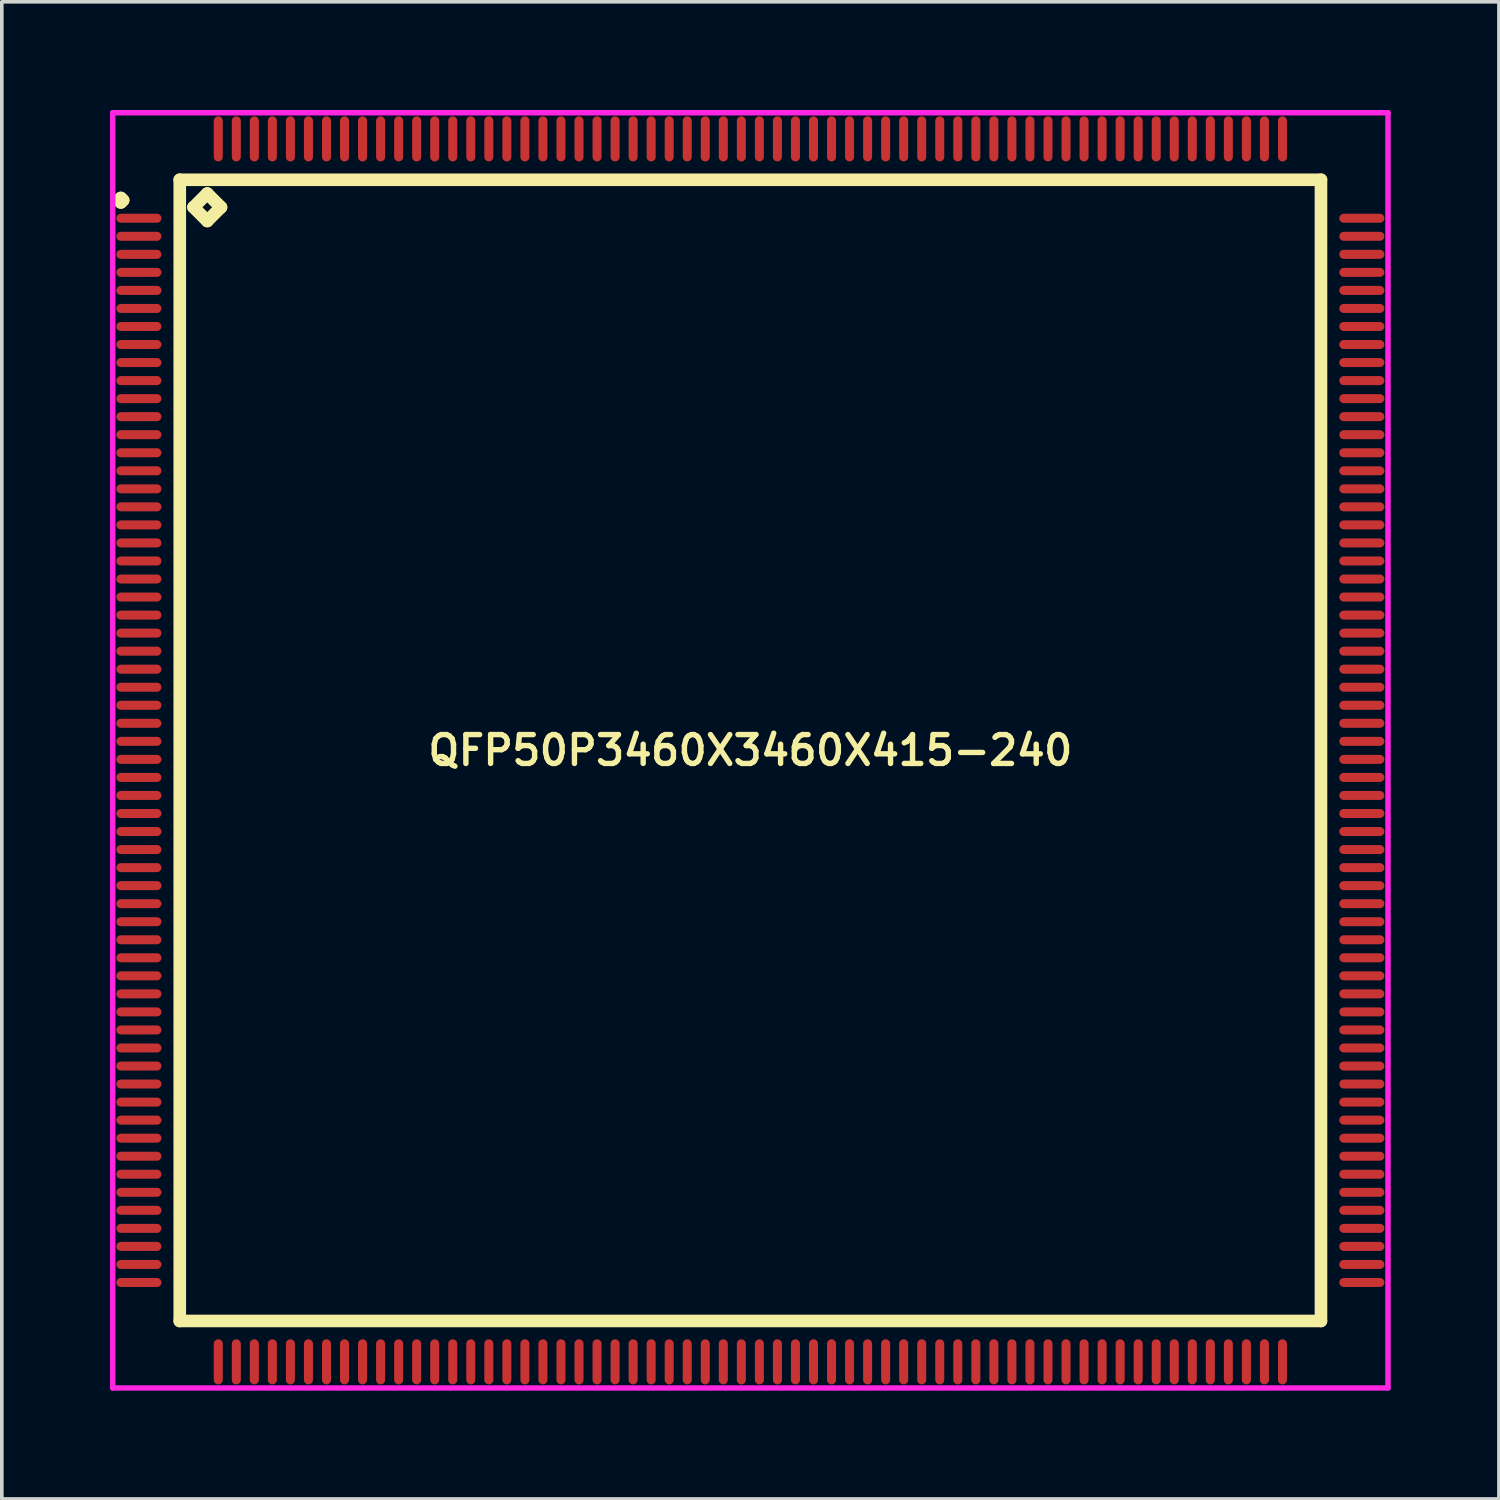
<source format=kicad_pcb>
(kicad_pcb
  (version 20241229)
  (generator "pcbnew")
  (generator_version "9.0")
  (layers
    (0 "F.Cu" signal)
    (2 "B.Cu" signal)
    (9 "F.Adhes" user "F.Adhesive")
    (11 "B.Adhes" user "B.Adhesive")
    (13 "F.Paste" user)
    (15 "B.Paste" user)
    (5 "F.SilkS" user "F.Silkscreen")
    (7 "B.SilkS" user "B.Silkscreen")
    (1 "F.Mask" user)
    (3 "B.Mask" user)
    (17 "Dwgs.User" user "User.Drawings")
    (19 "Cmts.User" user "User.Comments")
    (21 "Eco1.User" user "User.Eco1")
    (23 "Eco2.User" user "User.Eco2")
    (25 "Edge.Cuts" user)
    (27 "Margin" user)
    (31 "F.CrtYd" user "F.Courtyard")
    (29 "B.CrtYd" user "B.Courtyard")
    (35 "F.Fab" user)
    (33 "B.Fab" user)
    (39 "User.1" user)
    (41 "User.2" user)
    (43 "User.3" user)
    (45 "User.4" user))
  (footprint "QFP50P3460X3460X415-240"
    (layer "F.Cu")
    (at 17.75 17.75)
    (property "Reference" "QFP50P3460X3460X415-240" (at 0 0 0) (layer "F.SilkS") (effects (font (size 0.8 0.8) (thickness 0.15))))
    (attr through_hole)
    (fp_line (start -17.512 -15.25) (end -17.45 -15.312) (stroke (width 0.35) (type solid)) (layer "F.SilkS"))
    (fp_line (start -17.45 -15.312) (end -17.387 -15.25) (stroke (width 0.35) (type solid)) (layer "F.SilkS"))
    (fp_line (start -17.45 -15.188) (end -17.512 -15.25) (stroke (width 0.35) (type solid)) (layer "F.SilkS"))
    (fp_line (start -17.387 -15.25) (end -17.45 -15.188) (stroke (width 0.35) (type solid)) (layer "F.SilkS"))
    (fp_line (start -15.817 -15.817) (end -15.817 15.817) (stroke (width 0.35) (type solid)) (layer "F.SilkS"))
    (fp_line (start -15.817 15.817) (end 15.817 15.817) (stroke (width 0.35) (type solid)) (layer "F.SilkS"))
    (fp_line (start -15.436 -15.055) (end -15.055 -15.436) (stroke (width 0.35) (type solid)) (layer "F.SilkS"))
    (fp_line (start -15.055 -15.436) (end -14.674 -15.055) (stroke (width 0.35) (type solid)) (layer "F.SilkS"))
    (fp_line (start -15.055 -14.674) (end -15.436 -15.055) (stroke (width 0.35) (type solid)) (layer "F.SilkS"))
    (fp_line (start -14.674 -15.055) (end -15.055 -14.674) (stroke (width 0.35) (type solid)) (layer "F.SilkS"))
    (fp_line (start 15.817 -15.817) (end -15.817 -15.817) (stroke (width 0.35) (type solid)) (layer "F.SilkS"))
    (fp_line (start 15.817 15.817) (end 15.817 -15.817) (stroke (width 0.35) (type solid)) (layer "F.SilkS"))
    (fp_line (start -17.675 -17.675) (end 17.675 -17.675) (stroke (width 0.15) (type solid)) (layer "F.CrtYd"))
    (fp_line (start -17.675 17.675) (end -17.675 -17.675) (stroke (width 0.15) (type solid)) (layer "F.CrtYd"))
    (fp_line (start 17.675 -17.675) (end 17.675 17.675) (stroke (width 0.15) (type solid)) (layer "F.CrtYd"))
    (fp_line (start 17.675 17.675) (end -17.675 17.675) (stroke (width 0.15) (type solid)) (layer "F.CrtYd"))
    (pad "1" smd oval (at -16.95 -14.75) (size 1.25 0.25) (layers "F.Cu" "F.Mask" "F.Paste"))
    (pad "2" smd oval (at -16.95 -14.25) (size 1.25 0.25) (layers "F.Cu" "F.Mask" "F.Paste"))
    (pad "3" smd oval (at -16.95 -13.75) (size 1.25 0.25) (layers "F.Cu" "F.Mask" "F.Paste"))
    (pad "4" smd oval (at -16.95 -13.25) (size 1.25 0.25) (layers "F.Cu" "F.Mask" "F.Paste"))
    (pad "5" smd oval (at -16.95 -12.75) (size 1.25 0.25) (layers "F.Cu" "F.Mask" "F.Paste"))
    (pad "6" smd oval (at -16.95 -12.25) (size 1.25 0.25) (layers "F.Cu" "F.Mask" "F.Paste"))
    (pad "7" smd oval (at -16.95 -11.75) (size 1.25 0.25) (layers "F.Cu" "F.Mask" "F.Paste"))
    (pad "8" smd oval (at -16.95 -11.25) (size 1.25 0.25) (layers "F.Cu" "F.Mask" "F.Paste"))
    (pad "9" smd oval (at -16.95 -10.75) (size 1.25 0.25) (layers "F.Cu" "F.Mask" "F.Paste"))
    (pad "10" smd oval (at -16.95 -10.25) (size 1.25 0.25) (layers "F.Cu" "F.Mask" "F.Paste"))
    (pad "11" smd oval (at -16.95 -9.75) (size 1.25 0.25) (layers "F.Cu" "F.Mask" "F.Paste"))
    (pad "12" smd oval (at -16.95 -9.25) (size 1.25 0.25) (layers "F.Cu" "F.Mask" "F.Paste"))
    (pad "13" smd oval (at -16.95 -8.75) (size 1.25 0.25) (layers "F.Cu" "F.Mask" "F.Paste"))
    (pad "14" smd oval (at -16.95 -8.25) (size 1.25 0.25) (layers "F.Cu" "F.Mask" "F.Paste"))
    (pad "15" smd oval (at -16.95 -7.75) (size 1.25 0.25) (layers "F.Cu" "F.Mask" "F.Paste"))
    (pad "16" smd oval (at -16.95 -7.25) (size 1.25 0.25) (layers "F.Cu" "F.Mask" "F.Paste"))
    (pad "17" smd oval (at -16.95 -6.75) (size 1.25 0.25) (layers "F.Cu" "F.Mask" "F.Paste"))
    (pad "18" smd oval (at -16.95 -6.25) (size 1.25 0.25) (layers "F.Cu" "F.Mask" "F.Paste"))
    (pad "19" smd oval (at -16.95 -5.75) (size 1.25 0.25) (layers "F.Cu" "F.Mask" "F.Paste"))
    (pad "20" smd oval (at -16.95 -5.25) (size 1.25 0.25) (layers "F.Cu" "F.Mask" "F.Paste"))
    (pad "21" smd oval (at -16.95 -4.75) (size 1.25 0.25) (layers "F.Cu" "F.Mask" "F.Paste"))
    (pad "22" smd oval (at -16.95 -4.25) (size 1.25 0.25) (layers "F.Cu" "F.Mask" "F.Paste"))
    (pad "23" smd oval (at -16.95 -3.75) (size 1.25 0.25) (layers "F.Cu" "F.Mask" "F.Paste"))
    (pad "24" smd oval (at -16.95 -3.25) (size 1.25 0.25) (layers "F.Cu" "F.Mask" "F.Paste"))
    (pad "25" smd oval (at -16.95 -2.75) (size 1.25 0.25) (layers "F.Cu" "F.Mask" "F.Paste"))
    (pad "26" smd oval (at -16.95 -2.25) (size 1.25 0.25) (layers "F.Cu" "F.Mask" "F.Paste"))
    (pad "27" smd oval (at -16.95 -1.75) (size 1.25 0.25) (layers "F.Cu" "F.Mask" "F.Paste"))
    (pad "28" smd oval (at -16.95 -1.25) (size 1.25 0.25) (layers "F.Cu" "F.Mask" "F.Paste"))
    (pad "29" smd oval (at -16.95 -0.75) (size 1.25 0.25) (layers "F.Cu" "F.Mask" "F.Paste"))
    (pad "30" smd oval (at -16.95 -0.25) (size 1.25 0.25) (layers "F.Cu" "F.Mask" "F.Paste"))
    (pad "31" smd oval (at -16.95 0.25) (size 1.25 0.25) (layers "F.Cu" "F.Mask" "F.Paste"))
    (pad "32" smd oval (at -16.95 0.75) (size 1.25 0.25) (layers "F.Cu" "F.Mask" "F.Paste"))
    (pad "33" smd oval (at -16.95 1.25) (size 1.25 0.25) (layers "F.Cu" "F.Mask" "F.Paste"))
    (pad "34" smd oval (at -16.95 1.75) (size 1.25 0.25) (layers "F.Cu" "F.Mask" "F.Paste"))
    (pad "35" smd oval (at -16.95 2.25) (size 1.25 0.25) (layers "F.Cu" "F.Mask" "F.Paste"))
    (pad "36" smd oval (at -16.95 2.75) (size 1.25 0.25) (layers "F.Cu" "F.Mask" "F.Paste"))
    (pad "37" smd oval (at -16.95 3.25) (size 1.25 0.25) (layers "F.Cu" "F.Mask" "F.Paste"))
    (pad "38" smd oval (at -16.95 3.75) (size 1.25 0.25) (layers "F.Cu" "F.Mask" "F.Paste"))
    (pad "39" smd oval (at -16.95 4.25) (size 1.25 0.25) (layers "F.Cu" "F.Mask" "F.Paste"))
    (pad "40" smd oval (at -16.95 4.75) (size 1.25 0.25) (layers "F.Cu" "F.Mask" "F.Paste"))
    (pad "41" smd oval (at -16.95 5.25) (size 1.25 0.25) (layers "F.Cu" "F.Mask" "F.Paste"))
    (pad "42" smd oval (at -16.95 5.75) (size 1.25 0.25) (layers "F.Cu" "F.Mask" "F.Paste"))
    (pad "43" smd oval (at -16.95 6.25) (size 1.25 0.25) (layers "F.Cu" "F.Mask" "F.Paste"))
    (pad "44" smd oval (at -16.95 6.75) (size 1.25 0.25) (layers "F.Cu" "F.Mask" "F.Paste"))
    (pad "45" smd oval (at -16.95 7.25) (size 1.25 0.25) (layers "F.Cu" "F.Mask" "F.Paste"))
    (pad "46" smd oval (at -16.95 7.75) (size 1.25 0.25) (layers "F.Cu" "F.Mask" "F.Paste"))
    (pad "47" smd oval (at -16.95 8.25) (size 1.25 0.25) (layers "F.Cu" "F.Mask" "F.Paste"))
    (pad "48" smd oval (at -16.95 8.75) (size 1.25 0.25) (layers "F.Cu" "F.Mask" "F.Paste"))
    (pad "49" smd oval (at -16.95 9.25) (size 1.25 0.25) (layers "F.Cu" "F.Mask" "F.Paste"))
    (pad "50" smd oval (at -16.95 9.75) (size 1.25 0.25) (layers "F.Cu" "F.Mask" "F.Paste"))
    (pad "51" smd oval (at -16.95 10.25) (size 1.25 0.25) (layers "F.Cu" "F.Mask" "F.Paste"))
    (pad "52" smd oval (at -16.95 10.75) (size 1.25 0.25) (layers "F.Cu" "F.Mask" "F.Paste"))
    (pad "53" smd oval (at -16.95 11.25) (size 1.25 0.25) (layers "F.Cu" "F.Mask" "F.Paste"))
    (pad "54" smd oval (at -16.95 11.75) (size 1.25 0.25) (layers "F.Cu" "F.Mask" "F.Paste"))
    (pad "55" smd oval (at -16.95 12.25) (size 1.25 0.25) (layers "F.Cu" "F.Mask" "F.Paste"))
    (pad "56" smd oval (at -16.95 12.75) (size 1.25 0.25) (layers "F.Cu" "F.Mask" "F.Paste"))
    (pad "57" smd oval (at -16.95 13.25) (size 1.25 0.25) (layers "F.Cu" "F.Mask" "F.Paste"))
    (pad "58" smd oval (at -16.95 13.75) (size 1.25 0.25) (layers "F.Cu" "F.Mask" "F.Paste"))
    (pad "59" smd oval (at -16.95 14.25) (size 1.25 0.25) (layers "F.Cu" "F.Mask" "F.Paste"))
    (pad "60" smd oval (at -16.95 14.75) (size 1.25 0.25) (layers "F.Cu" "F.Mask" "F.Paste"))
    (pad "61" smd oval (at -14.75 16.95) (size 0.25 1.25) (layers "F.Cu" "F.Mask" "F.Paste"))
    (pad "62" smd oval (at -14.25 16.95) (size 0.25 1.25) (layers "F.Cu" "F.Mask" "F.Paste"))
    (pad "63" smd oval (at -13.75 16.95) (size 0.25 1.25) (layers "F.Cu" "F.Mask" "F.Paste"))
    (pad "64" smd oval (at -13.25 16.95) (size 0.25 1.25) (layers "F.Cu" "F.Mask" "F.Paste"))
    (pad "65" smd oval (at -12.75 16.95) (size 0.25 1.25) (layers "F.Cu" "F.Mask" "F.Paste"))
    (pad "66" smd oval (at -12.25 16.95) (size 0.25 1.25) (layers "F.Cu" "F.Mask" "F.Paste"))
    (pad "67" smd oval (at -11.75 16.95) (size 0.25 1.25) (layers "F.Cu" "F.Mask" "F.Paste"))
    (pad "68" smd oval (at -11.25 16.95) (size 0.25 1.25) (layers "F.Cu" "F.Mask" "F.Paste"))
    (pad "69" smd oval (at -10.75 16.95) (size 0.25 1.25) (layers "F.Cu" "F.Mask" "F.Paste"))
    (pad "70" smd oval (at -10.25 16.95) (size 0.25 1.25) (layers "F.Cu" "F.Mask" "F.Paste"))
    (pad "71" smd oval (at -9.75 16.95) (size 0.25 1.25) (layers "F.Cu" "F.Mask" "F.Paste"))
    (pad "72" smd oval (at -9.25 16.95) (size 0.25 1.25) (layers "F.Cu" "F.Mask" "F.Paste"))
    (pad "73" smd oval (at -8.75 16.95) (size 0.25 1.25) (layers "F.Cu" "F.Mask" "F.Paste"))
    (pad "74" smd oval (at -8.25 16.95) (size 0.25 1.25) (layers "F.Cu" "F.Mask" "F.Paste"))
    (pad "75" smd oval (at -7.75 16.95) (size 0.25 1.25) (layers "F.Cu" "F.Mask" "F.Paste"))
    (pad "76" smd oval (at -7.25 16.95) (size 0.25 1.25) (layers "F.Cu" "F.Mask" "F.Paste"))
    (pad "77" smd oval (at -6.75 16.95) (size 0.25 1.25) (layers "F.Cu" "F.Mask" "F.Paste"))
    (pad "78" smd oval (at -6.25 16.95) (size 0.25 1.25) (layers "F.Cu" "F.Mask" "F.Paste"))
    (pad "79" smd oval (at -5.75 16.95) (size 0.25 1.25) (layers "F.Cu" "F.Mask" "F.Paste"))
    (pad "80" smd oval (at -5.25 16.95) (size 0.25 1.25) (layers "F.Cu" "F.Mask" "F.Paste"))
    (pad "81" smd oval (at -4.75 16.95) (size 0.25 1.25) (layers "F.Cu" "F.Mask" "F.Paste"))
    (pad "82" smd oval (at -4.25 16.95) (size 0.25 1.25) (layers "F.Cu" "F.Mask" "F.Paste"))
    (pad "83" smd oval (at -3.75 16.95) (size 0.25 1.25) (layers "F.Cu" "F.Mask" "F.Paste"))
    (pad "84" smd oval (at -3.25 16.95) (size 0.25 1.25) (layers "F.Cu" "F.Mask" "F.Paste"))
    (pad "85" smd oval (at -2.75 16.95) (size 0.25 1.25) (layers "F.Cu" "F.Mask" "F.Paste"))
    (pad "86" smd oval (at -2.25 16.95) (size 0.25 1.25) (layers "F.Cu" "F.Mask" "F.Paste"))
    (pad "87" smd oval (at -1.75 16.95) (size 0.25 1.25) (layers "F.Cu" "F.Mask" "F.Paste"))
    (pad "88" smd oval (at -1.25 16.95) (size 0.25 1.25) (layers "F.Cu" "F.Mask" "F.Paste"))
    (pad "89" smd oval (at -0.75 16.95) (size 0.25 1.25) (layers "F.Cu" "F.Mask" "F.Paste"))
    (pad "90" smd oval (at -0.25 16.95) (size 0.25 1.25) (layers "F.Cu" "F.Mask" "F.Paste"))
    (pad "91" smd oval (at 0.25 16.95) (size 0.25 1.25) (layers "F.Cu" "F.Mask" "F.Paste"))
    (pad "92" smd oval (at 0.75 16.95) (size 0.25 1.25) (layers "F.Cu" "F.Mask" "F.Paste"))
    (pad "93" smd oval (at 1.25 16.95) (size 0.25 1.25) (layers "F.Cu" "F.Mask" "F.Paste"))
    (pad "94" smd oval (at 1.75 16.95) (size 0.25 1.25) (layers "F.Cu" "F.Mask" "F.Paste"))
    (pad "95" smd oval (at 2.25 16.95) (size 0.25 1.25) (layers "F.Cu" "F.Mask" "F.Paste"))
    (pad "96" smd oval (at 2.75 16.95) (size 0.25 1.25) (layers "F.Cu" "F.Mask" "F.Paste"))
    (pad "97" smd oval (at 3.25 16.95) (size 0.25 1.25) (layers "F.Cu" "F.Mask" "F.Paste"))
    (pad "98" smd oval (at 3.75 16.95) (size 0.25 1.25) (layers "F.Cu" "F.Mask" "F.Paste"))
    (pad "99" smd oval (at 4.25 16.95) (size 0.25 1.25) (layers "F.Cu" "F.Mask" "F.Paste"))
    (pad "100" smd oval (at 4.75 16.95) (size 0.25 1.25) (layers "F.Cu" "F.Mask" "F.Paste"))
    (pad "101" smd oval (at 5.25 16.95) (size 0.25 1.25) (layers "F.Cu" "F.Mask" "F.Paste"))
    (pad "102" smd oval (at 5.75 16.95) (size 0.25 1.25) (layers "F.Cu" "F.Mask" "F.Paste"))
    (pad "103" smd oval (at 6.25 16.95) (size 0.25 1.25) (layers "F.Cu" "F.Mask" "F.Paste"))
    (pad "104" smd oval (at 6.75 16.95) (size 0.25 1.25) (layers "F.Cu" "F.Mask" "F.Paste"))
    (pad "105" smd oval (at 7.25 16.95) (size 0.25 1.25) (layers "F.Cu" "F.Mask" "F.Paste"))
    (pad "106" smd oval (at 7.75 16.95) (size 0.25 1.25) (layers "F.Cu" "F.Mask" "F.Paste"))
    (pad "107" smd oval (at 8.25 16.95) (size 0.25 1.25) (layers "F.Cu" "F.Mask" "F.Paste"))
    (pad "108" smd oval (at 8.75 16.95) (size 0.25 1.25) (layers "F.Cu" "F.Mask" "F.Paste"))
    (pad "109" smd oval (at 9.25 16.95) (size 0.25 1.25) (layers "F.Cu" "F.Mask" "F.Paste"))
    (pad "110" smd oval (at 9.75 16.95) (size 0.25 1.25) (layers "F.Cu" "F.Mask" "F.Paste"))
    (pad "111" smd oval (at 10.25 16.95) (size 0.25 1.25) (layers "F.Cu" "F.Mask" "F.Paste"))
    (pad "112" smd oval (at 10.75 16.95) (size 0.25 1.25) (layers "F.Cu" "F.Mask" "F.Paste"))
    (pad "113" smd oval (at 11.25 16.95) (size 0.25 1.25) (layers "F.Cu" "F.Mask" "F.Paste"))
    (pad "114" smd oval (at 11.75 16.95) (size 0.25 1.25) (layers "F.Cu" "F.Mask" "F.Paste"))
    (pad "115" smd oval (at 12.25 16.95) (size 0.25 1.25) (layers "F.Cu" "F.Mask" "F.Paste"))
    (pad "116" smd oval (at 12.75 16.95) (size 0.25 1.25) (layers "F.Cu" "F.Mask" "F.Paste"))
    (pad "117" smd oval (at 13.25 16.95) (size 0.25 1.25) (layers "F.Cu" "F.Mask" "F.Paste"))
    (pad "118" smd oval (at 13.75 16.95) (size 0.25 1.25) (layers "F.Cu" "F.Mask" "F.Paste"))
    (pad "119" smd oval (at 14.25 16.95) (size 0.25 1.25) (layers "F.Cu" "F.Mask" "F.Paste"))
    (pad "120" smd oval (at 14.75 16.95) (size 0.25 1.25) (layers "F.Cu" "F.Mask" "F.Paste"))
    (pad "121" smd oval (at 16.95 14.75) (size 1.25 0.25) (layers "F.Cu" "F.Mask" "F.Paste"))
    (pad "122" smd oval (at 16.95 14.25) (size 1.25 0.25) (layers "F.Cu" "F.Mask" "F.Paste"))
    (pad "123" smd oval (at 16.95 13.75) (size 1.25 0.25) (layers "F.Cu" "F.Mask" "F.Paste"))
    (pad "124" smd oval (at 16.95 13.25) (size 1.25 0.25) (layers "F.Cu" "F.Mask" "F.Paste"))
    (pad "125" smd oval (at 16.95 12.75) (size 1.25 0.25) (layers "F.Cu" "F.Mask" "F.Paste"))
    (pad "126" smd oval (at 16.95 12.25) (size 1.25 0.25) (layers "F.Cu" "F.Mask" "F.Paste"))
    (pad "127" smd oval (at 16.95 11.75) (size 1.25 0.25) (layers "F.Cu" "F.Mask" "F.Paste"))
    (pad "128" smd oval (at 16.95 11.25) (size 1.25 0.25) (layers "F.Cu" "F.Mask" "F.Paste"))
    (pad "129" smd oval (at 16.95 10.75) (size 1.25 0.25) (layers "F.Cu" "F.Mask" "F.Paste"))
    (pad "130" smd oval (at 16.95 10.25) (size 1.25 0.25) (layers "F.Cu" "F.Mask" "F.Paste"))
    (pad "131" smd oval (at 16.95 9.75) (size 1.25 0.25) (layers "F.Cu" "F.Mask" "F.Paste"))
    (pad "132" smd oval (at 16.95 9.25) (size 1.25 0.25) (layers "F.Cu" "F.Mask" "F.Paste"))
    (pad "133" smd oval (at 16.95 8.75) (size 1.25 0.25) (layers "F.Cu" "F.Mask" "F.Paste"))
    (pad "134" smd oval (at 16.95 8.25) (size 1.25 0.25) (layers "F.Cu" "F.Mask" "F.Paste"))
    (pad "135" smd oval (at 16.95 7.75) (size 1.25 0.25) (layers "F.Cu" "F.Mask" "F.Paste"))
    (pad "136" smd oval (at 16.95 7.25) (size 1.25 0.25) (layers "F.Cu" "F.Mask" "F.Paste"))
    (pad "137" smd oval (at 16.95 6.75) (size 1.25 0.25) (layers "F.Cu" "F.Mask" "F.Paste"))
    (pad "138" smd oval (at 16.95 6.25) (size 1.25 0.25) (layers "F.Cu" "F.Mask" "F.Paste"))
    (pad "139" smd oval (at 16.95 5.75) (size 1.25 0.25) (layers "F.Cu" "F.Mask" "F.Paste"))
    (pad "140" smd oval (at 16.95 5.25) (size 1.25 0.25) (layers "F.Cu" "F.Mask" "F.Paste"))
    (pad "141" smd oval (at 16.95 4.75) (size 1.25 0.25) (layers "F.Cu" "F.Mask" "F.Paste"))
    (pad "142" smd oval (at 16.95 4.25) (size 1.25 0.25) (layers "F.Cu" "F.Mask" "F.Paste"))
    (pad "143" smd oval (at 16.95 3.75) (size 1.25 0.25) (layers "F.Cu" "F.Mask" "F.Paste"))
    (pad "144" smd oval (at 16.95 3.25) (size 1.25 0.25) (layers "F.Cu" "F.Mask" "F.Paste"))
    (pad "145" smd oval (at 16.95 2.75) (size 1.25 0.25) (layers "F.Cu" "F.Mask" "F.Paste"))
    (pad "146" smd oval (at 16.95 2.25) (size 1.25 0.25) (layers "F.Cu" "F.Mask" "F.Paste"))
    (pad "147" smd oval (at 16.95 1.75) (size 1.25 0.25) (layers "F.Cu" "F.Mask" "F.Paste"))
    (pad "148" smd oval (at 16.95 1.25) (size 1.25 0.25) (layers "F.Cu" "F.Mask" "F.Paste"))
    (pad "149" smd oval (at 16.95 0.75) (size 1.25 0.25) (layers "F.Cu" "F.Mask" "F.Paste"))
    (pad "150" smd oval (at 16.95 0.25) (size 1.25 0.25) (layers "F.Cu" "F.Mask" "F.Paste"))
    (pad "151" smd oval (at 16.95 -0.25) (size 1.25 0.25) (layers "F.Cu" "F.Mask" "F.Paste"))
    (pad "152" smd oval (at 16.95 -0.75) (size 1.25 0.25) (layers "F.Cu" "F.Mask" "F.Paste"))
    (pad "153" smd oval (at 16.95 -1.25) (size 1.25 0.25) (layers "F.Cu" "F.Mask" "F.Paste"))
    (pad "154" smd oval (at 16.95 -1.75) (size 1.25 0.25) (layers "F.Cu" "F.Mask" "F.Paste"))
    (pad "155" smd oval (at 16.95 -2.25) (size 1.25 0.25) (layers "F.Cu" "F.Mask" "F.Paste"))
    (pad "156" smd oval (at 16.95 -2.75) (size 1.25 0.25) (layers "F.Cu" "F.Mask" "F.Paste"))
    (pad "157" smd oval (at 16.95 -3.25) (size 1.25 0.25) (layers "F.Cu" "F.Mask" "F.Paste"))
    (pad "158" smd oval (at 16.95 -3.75) (size 1.25 0.25) (layers "F.Cu" "F.Mask" "F.Paste"))
    (pad "159" smd oval (at 16.95 -4.25) (size 1.25 0.25) (layers "F.Cu" "F.Mask" "F.Paste"))
    (pad "160" smd oval (at 16.95 -4.75) (size 1.25 0.25) (layers "F.Cu" "F.Mask" "F.Paste"))
    (pad "161" smd oval (at 16.95 -5.25) (size 1.25 0.25) (layers "F.Cu" "F.Mask" "F.Paste"))
    (pad "162" smd oval (at 16.95 -5.75) (size 1.25 0.25) (layers "F.Cu" "F.Mask" "F.Paste"))
    (pad "163" smd oval (at 16.95 -6.25) (size 1.25 0.25) (layers "F.Cu" "F.Mask" "F.Paste"))
    (pad "164" smd oval (at 16.95 -6.75) (size 1.25 0.25) (layers "F.Cu" "F.Mask" "F.Paste"))
    (pad "165" smd oval (at 16.95 -7.25) (size 1.25 0.25) (layers "F.Cu" "F.Mask" "F.Paste"))
    (pad "166" smd oval (at 16.95 -7.75) (size 1.25 0.25) (layers "F.Cu" "F.Mask" "F.Paste"))
    (pad "167" smd oval (at 16.95 -8.25) (size 1.25 0.25) (layers "F.Cu" "F.Mask" "F.Paste"))
    (pad "168" smd oval (at 16.95 -8.75) (size 1.25 0.25) (layers "F.Cu" "F.Mask" "F.Paste"))
    (pad "169" smd oval (at 16.95 -9.25) (size 1.25 0.25) (layers "F.Cu" "F.Mask" "F.Paste"))
    (pad "170" smd oval (at 16.95 -9.75) (size 1.25 0.25) (layers "F.Cu" "F.Mask" "F.Paste"))
    (pad "171" smd oval (at 16.95 -10.25) (size 1.25 0.25) (layers "F.Cu" "F.Mask" "F.Paste"))
    (pad "172" smd oval (at 16.95 -10.75) (size 1.25 0.25) (layers "F.Cu" "F.Mask" "F.Paste"))
    (pad "173" smd oval (at 16.95 -11.25) (size 1.25 0.25) (layers "F.Cu" "F.Mask" "F.Paste"))
    (pad "174" smd oval (at 16.95 -11.75) (size 1.25 0.25) (layers "F.Cu" "F.Mask" "F.Paste"))
    (pad "175" smd oval (at 16.95 -12.25) (size 1.25 0.25) (layers "F.Cu" "F.Mask" "F.Paste"))
    (pad "176" smd oval (at 16.95 -12.75) (size 1.25 0.25) (layers "F.Cu" "F.Mask" "F.Paste"))
    (pad "177" smd oval (at 16.95 -13.25) (size 1.25 0.25) (layers "F.Cu" "F.Mask" "F.Paste"))
    (pad "178" smd oval (at 16.95 -13.75) (size 1.25 0.25) (layers "F.Cu" "F.Mask" "F.Paste"))
    (pad "179" smd oval (at 16.95 -14.25) (size 1.25 0.25) (layers "F.Cu" "F.Mask" "F.Paste"))
    (pad "180" smd oval (at 16.95 -14.75) (size 1.25 0.25) (layers "F.Cu" "F.Mask" "F.Paste"))
    (pad "181" smd oval (at 14.75 -16.95) (size 0.25 1.25) (layers "F.Cu" "F.Mask" "F.Paste"))
    (pad "182" smd oval (at 14.25 -16.95) (size 0.25 1.25) (layers "F.Cu" "F.Mask" "F.Paste"))
    (pad "183" smd oval (at 13.75 -16.95) (size 0.25 1.25) (layers "F.Cu" "F.Mask" "F.Paste"))
    (pad "184" smd oval (at 13.25 -16.95) (size 0.25 1.25) (layers "F.Cu" "F.Mask" "F.Paste"))
    (pad "185" smd oval (at 12.75 -16.95) (size 0.25 1.25) (layers "F.Cu" "F.Mask" "F.Paste"))
    (pad "186" smd oval (at 12.25 -16.95) (size 0.25 1.25) (layers "F.Cu" "F.Mask" "F.Paste"))
    (pad "187" smd oval (at 11.75 -16.95) (size 0.25 1.25) (layers "F.Cu" "F.Mask" "F.Paste"))
    (pad "188" smd oval (at 11.25 -16.95) (size 0.25 1.25) (layers "F.Cu" "F.Mask" "F.Paste"))
    (pad "189" smd oval (at 10.75 -16.95) (size 0.25 1.25) (layers "F.Cu" "F.Mask" "F.Paste"))
    (pad "190" smd oval (at 10.25 -16.95) (size 0.25 1.25) (layers "F.Cu" "F.Mask" "F.Paste"))
    (pad "191" smd oval (at 9.75 -16.95) (size 0.25 1.25) (layers "F.Cu" "F.Mask" "F.Paste"))
    (pad "192" smd oval (at 9.25 -16.95) (size 0.25 1.25) (layers "F.Cu" "F.Mask" "F.Paste"))
    (pad "193" smd oval (at 8.75 -16.95) (size 0.25 1.25) (layers "F.Cu" "F.Mask" "F.Paste"))
    (pad "194" smd oval (at 8.25 -16.95) (size 0.25 1.25) (layers "F.Cu" "F.Mask" "F.Paste"))
    (pad "195" smd oval (at 7.75 -16.95) (size 0.25 1.25) (layers "F.Cu" "F.Mask" "F.Paste"))
    (pad "196" smd oval (at 7.25 -16.95) (size 0.25 1.25) (layers "F.Cu" "F.Mask" "F.Paste"))
    (pad "197" smd oval (at 6.75 -16.95) (size 0.25 1.25) (layers "F.Cu" "F.Mask" "F.Paste"))
    (pad "198" smd oval (at 6.25 -16.95) (size 0.25 1.25) (layers "F.Cu" "F.Mask" "F.Paste"))
    (pad "199" smd oval (at 5.75 -16.95) (size 0.25 1.25) (layers "F.Cu" "F.Mask" "F.Paste"))
    (pad "200" smd oval (at 5.25 -16.95) (size 0.25 1.25) (layers "F.Cu" "F.Mask" "F.Paste"))
    (pad "201" smd oval (at 4.75 -16.95) (size 0.25 1.25) (layers "F.Cu" "F.Mask" "F.Paste"))
    (pad "202" smd oval (at 4.25 -16.95) (size 0.25 1.25) (layers "F.Cu" "F.Mask" "F.Paste"))
    (pad "203" smd oval (at 3.75 -16.95) (size 0.25 1.25) (layers "F.Cu" "F.Mask" "F.Paste"))
    (pad "204" smd oval (at 3.25 -16.95) (size 0.25 1.25) (layers "F.Cu" "F.Mask" "F.Paste"))
    (pad "205" smd oval (at 2.75 -16.95) (size 0.25 1.25) (layers "F.Cu" "F.Mask" "F.Paste"))
    (pad "206" smd oval (at 2.25 -16.95) (size 0.25 1.25) (layers "F.Cu" "F.Mask" "F.Paste"))
    (pad "207" smd oval (at 1.75 -16.95) (size 0.25 1.25) (layers "F.Cu" "F.Mask" "F.Paste"))
    (pad "208" smd oval (at 1.25 -16.95) (size 0.25 1.25) (layers "F.Cu" "F.Mask" "F.Paste"))
    (pad "209" smd oval (at 0.75 -16.95) (size 0.25 1.25) (layers "F.Cu" "F.Mask" "F.Paste"))
    (pad "210" smd oval (at 0.25 -16.95) (size 0.25 1.25) (layers "F.Cu" "F.Mask" "F.Paste"))
    (pad "211" smd oval (at -0.25 -16.95) (size 0.25 1.25) (layers "F.Cu" "F.Mask" "F.Paste"))
    (pad "212" smd oval (at -0.75 -16.95) (size 0.25 1.25) (layers "F.Cu" "F.Mask" "F.Paste"))
    (pad "213" smd oval (at -1.25 -16.95) (size 0.25 1.25) (layers "F.Cu" "F.Mask" "F.Paste"))
    (pad "214" smd oval (at -1.75 -16.95) (size 0.25 1.25) (layers "F.Cu" "F.Mask" "F.Paste"))
    (pad "215" smd oval (at -2.25 -16.95) (size 0.25 1.25) (layers "F.Cu" "F.Mask" "F.Paste"))
    (pad "216" smd oval (at -2.75 -16.95) (size 0.25 1.25) (layers "F.Cu" "F.Mask" "F.Paste"))
    (pad "217" smd oval (at -3.25 -16.95) (size 0.25 1.25) (layers "F.Cu" "F.Mask" "F.Paste"))
    (pad "218" smd oval (at -3.75 -16.95) (size 0.25 1.25) (layers "F.Cu" "F.Mask" "F.Paste"))
    (pad "219" smd oval (at -4.25 -16.95) (size 0.25 1.25) (layers "F.Cu" "F.Mask" "F.Paste"))
    (pad "220" smd oval (at -4.75 -16.95) (size 0.25 1.25) (layers "F.Cu" "F.Mask" "F.Paste"))
    (pad "221" smd oval (at -5.25 -16.95) (size 0.25 1.25) (layers "F.Cu" "F.Mask" "F.Paste"))
    (pad "222" smd oval (at -5.75 -16.95) (size 0.25 1.25) (layers "F.Cu" "F.Mask" "F.Paste"))
    (pad "223" smd oval (at -6.25 -16.95) (size 0.25 1.25) (layers "F.Cu" "F.Mask" "F.Paste"))
    (pad "224" smd oval (at -6.75 -16.95) (size 0.25 1.25) (layers "F.Cu" "F.Mask" "F.Paste"))
    (pad "225" smd oval (at -7.25 -16.95) (size 0.25 1.25) (layers "F.Cu" "F.Mask" "F.Paste"))
    (pad "226" smd oval (at -7.75 -16.95) (size 0.25 1.25) (layers "F.Cu" "F.Mask" "F.Paste"))
    (pad "227" smd oval (at -8.25 -16.95) (size 0.25 1.25) (layers "F.Cu" "F.Mask" "F.Paste"))
    (pad "228" smd oval (at -8.75 -16.95) (size 0.25 1.25) (layers "F.Cu" "F.Mask" "F.Paste"))
    (pad "229" smd oval (at -9.25 -16.95) (size 0.25 1.25) (layers "F.Cu" "F.Mask" "F.Paste"))
    (pad "230" smd oval (at -9.75 -16.95) (size 0.25 1.25) (layers "F.Cu" "F.Mask" "F.Paste"))
    (pad "231" smd oval (at -10.25 -16.95) (size 0.25 1.25) (layers "F.Cu" "F.Mask" "F.Paste"))
    (pad "232" smd oval (at -10.75 -16.95) (size 0.25 1.25) (layers "F.Cu" "F.Mask" "F.Paste"))
    (pad "233" smd oval (at -11.25 -16.95) (size 0.25 1.25) (layers "F.Cu" "F.Mask" "F.Paste"))
    (pad "234" smd oval (at -11.75 -16.95) (size 0.25 1.25) (layers "F.Cu" "F.Mask" "F.Paste"))
    (pad "235" smd oval (at -12.25 -16.95) (size 0.25 1.25) (layers "F.Cu" "F.Mask" "F.Paste"))
    (pad "236" smd oval (at -12.75 -16.95) (size 0.25 1.25) (layers "F.Cu" "F.Mask" "F.Paste"))
    (pad "237" smd oval (at -13.25 -16.95) (size 0.25 1.25) (layers "F.Cu" "F.Mask" "F.Paste"))
    (pad "238" smd oval (at -13.75 -16.95) (size 0.25 1.25) (layers "F.Cu" "F.Mask" "F.Paste"))
    (pad "239" smd oval (at -14.25 -16.95) (size 0.25 1.25) (layers "F.Cu" "F.Mask" "F.Paste"))
    (pad "240" smd oval (at -14.75 -16.95) (size 0.25 1.25) (layers "F.Cu" "F.Mask" "F.Paste")))
  (gr_rect
    (start -3 -3)
    (end 38.5 38.5)
    (stroke (width 0.1) (type default))
    (fill no)
    (layer "Edge.Cuts")))
</source>
